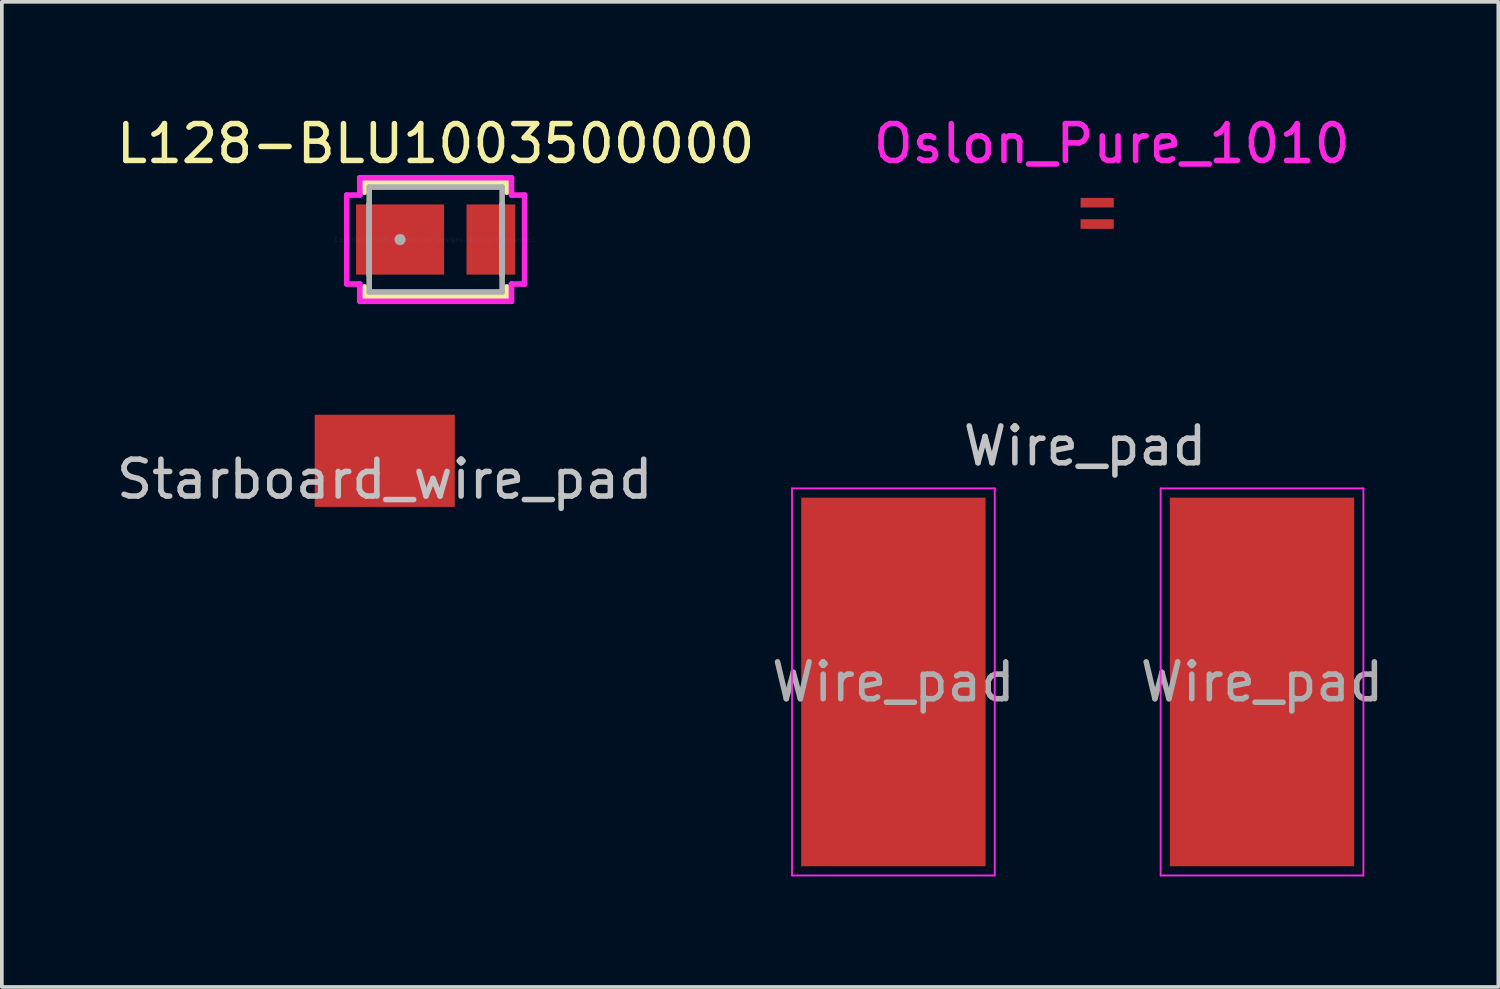
<source format=kicad_pcb>
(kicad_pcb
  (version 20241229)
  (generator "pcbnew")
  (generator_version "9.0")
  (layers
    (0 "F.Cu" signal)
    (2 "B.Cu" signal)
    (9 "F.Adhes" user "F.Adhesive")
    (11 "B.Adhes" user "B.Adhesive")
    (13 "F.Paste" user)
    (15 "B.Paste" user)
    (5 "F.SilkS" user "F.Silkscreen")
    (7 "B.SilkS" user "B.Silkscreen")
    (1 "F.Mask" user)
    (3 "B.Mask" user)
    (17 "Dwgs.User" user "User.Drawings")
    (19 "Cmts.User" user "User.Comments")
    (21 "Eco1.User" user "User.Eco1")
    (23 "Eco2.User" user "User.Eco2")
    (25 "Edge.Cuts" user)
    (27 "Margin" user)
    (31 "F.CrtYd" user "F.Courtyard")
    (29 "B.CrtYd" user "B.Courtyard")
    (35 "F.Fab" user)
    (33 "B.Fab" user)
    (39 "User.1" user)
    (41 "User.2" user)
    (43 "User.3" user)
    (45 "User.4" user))
  (footprint "L128-BLU1003500000"
    (layer "F.Cu")
    (at 8.768 3.448)
    (property "Reference" "L128-BLU1003500000" (at 0 -2.6 0) (layer "F.SilkS") (effects (font (size 1 1) (thickness 0.15))))
    (attr through_hole)
    (fp_line (start -1.93 -1.549) (end -1.93 -1.285) (stroke (width 0.152) (type solid)) (layer "F.SilkS"))
    (fp_line (start -1.93 1.285) (end -1.93 1.549) (stroke (width 0.152) (type solid)) (layer "F.SilkS"))
    (fp_line (start -1.93 1.549) (end 1.93 1.549) (stroke (width 0.152) (type solid)) (layer "F.SilkS"))
    (fp_line (start 1.93 -1.549) (end -1.93 -1.549) (stroke (width 0.152) (type solid)) (layer "F.SilkS"))
    (fp_line (start 1.93 -1.285) (end 1.93 -1.549) (stroke (width 0.152) (type solid)) (layer "F.SilkS"))
    (fp_line (start 1.93 1.549) (end 1.93 1.285) (stroke (width 0.152) (type solid)) (layer "F.SilkS"))
    (fp_line (start -2.413 -1.206) (end -2.057 -1.206) (stroke (width 0.152) (type solid)) (layer "F.CrtYd"))
    (fp_line (start -2.413 1.206) (end -2.413 -1.206) (stroke (width 0.152) (type solid)) (layer "F.CrtYd"))
    (fp_line (start -2.057 -1.676) (end 2.057 -1.676) (stroke (width 0.152) (type solid)) (layer "F.CrtYd"))
    (fp_line (start -2.057 -1.206) (end -2.057 -1.676) (stroke (width 0.152) (type solid)) (layer "F.CrtYd"))
    (fp_line (start -2.057 1.206) (end -2.413 1.206) (stroke (width 0.152) (type solid)) (layer "F.CrtYd"))
    (fp_line (start -2.057 1.676) (end -2.057 1.206) (stroke (width 0.152) (type solid)) (layer "F.CrtYd"))
    (fp_line (start 2.057 -1.676) (end 2.057 -1.206) (stroke (width 0.152) (type solid)) (layer "F.CrtYd"))
    (fp_line (start 2.057 -1.206) (end 2.413 -1.206) (stroke (width 0.152) (type solid)) (layer "F.CrtYd"))
    (fp_line (start 2.057 1.206) (end 2.057 1.676) (stroke (width 0.152) (type solid)) (layer "F.CrtYd"))
    (fp_line (start 2.057 1.676) (end -2.057 1.676) (stroke (width 0.152) (type solid)) (layer "F.CrtYd"))
    (fp_line (start 2.413 -1.206) (end 2.413 1.206) (stroke (width 0.152) (type solid)) (layer "F.CrtYd"))
    (fp_line (start 2.413 1.206) (end 2.057 1.206) (stroke (width 0.152) (type solid)) (layer "F.CrtYd"))
    (fp_line (start -1.803 -1.422) (end -1.803 1.422) (stroke (width 0.152) (type solid)) (layer "F.Fab"))
    (fp_line (start -1.803 -0.953) (end -1.803 -0.953) (stroke (width 0.152) (type solid)) (layer "F.Fab"))
    (fp_line (start -1.803 -0.953) (end -1.803 0.953) (stroke (width 0.152) (type solid)) (layer "F.Fab"))
    (fp_line (start -1.803 0.953) (end -1.803 -0.953) (stroke (width 0.152) (type solid)) (layer "F.Fab"))
    (fp_line (start -1.803 0.953) (end -1.803 0.953) (stroke (width 0.152) (type solid)) (layer "F.Fab"))
    (fp_line (start -1.803 1.422) (end 1.803 1.422) (stroke (width 0.152) (type solid)) (layer "F.Fab"))
    (fp_line (start 1.803 -1.422) (end -1.803 -1.422) (stroke (width 0.152) (type solid)) (layer "F.Fab"))
    (fp_line (start 1.803 -0.953) (end 1.803 -0.953) (stroke (width 0.152) (type solid)) (layer "F.Fab"))
    (fp_line (start 1.803 -0.953) (end 1.803 0.953) (stroke (width 0.152) (type solid)) (layer "F.Fab"))
    (fp_line (start 1.803 0.953) (end 1.803 -0.953) (stroke (width 0.152) (type solid)) (layer "F.Fab"))
    (fp_line (start 1.803 0.953) (end 1.803 0.953) (stroke (width 0.152) (type solid)) (layer "F.Fab"))
    (fp_line (start 1.803 1.422) (end 1.803 -1.422) (stroke (width 0.152) (type solid)) (layer "F.Fab"))
    (fp_circle (center -0.965 0) (end -0.965 0) (stroke (width 0.152) (type solid)) (fill no) (layer "F.Fab"))
    (fp_text user "Copyright 2016 Accelerated Designs. All rights reserved." (at 0 0 0) (layer "Cmts.User") (effects (font (size 0.127 0.127) (thickness 0.002))))
    (pad "1" smd rect (at -0.965 0) (size 2.388 1.905) (layers "F.Cu" "F.Mask" "F.Paste"))
    (pad "2" smd rect (at 1.499 0) (size 1.321 1.905) (layers "F.Cu" "F.Mask" "F.Paste")))
  (footprint "Starboard_wire_pad"
    (layer "F.Cu")
    (at 7.387 9.451)
    (property "Reference" "Starboard_wire_pad" (at 0 0.5 0) (layer "Dwgs.User") (effects (font (size 1 1) (thickness 0.15))))
    (attr through_hole)
    (pad "1" smd rect (at 0 0) (size 3.8 2.5) (layers "F.Cu" "F.Mask" "F.Paste")))
  (footprint "Oslon_Pure_1010"
    (layer "F.Cu")
    (at 26.713 2.448)
    (property "Reference" "Oslon_Pure_1010" (at 0.4 -1.6 0) (layer "F.CrtYd") (effects (font (size 1 1) (thickness 0.15))))
    (attr through_hole)
    (pad "1" smd rect (at 0 0) (size 0.9 0.26) (layers "F.Cu" "F.Mask" "F.Paste"))
    (pad "2" smd rect (at 0 0.58) (size 0.9 0.26) (layers "F.Cu" "F.Mask" "F.Paste")))
  (footprint "Wire_pad"
    (layer "F.Cu")
    (at 21.185 15.449)
    (property "Reference" "Wire_pad" (at 5.2 -6.4 0) (layer "Dwgs.User") (effects (font (size 1 1) (thickness 0.15))))
    (attr smd exclude_from_pos_files exclude_from_bom)
    (fp_line (start -2.75 -5.25) (end -2.75 5.25) (stroke (width 0.05) (type solid)) (layer "F.CrtYd"))
    (fp_line (start -2.75 5.25) (end 2.75 5.25) (stroke (width 0.05) (type solid)) (layer "F.CrtYd"))
    (fp_line (start 2.75 -5.25) (end -2.75 -5.25) (stroke (width 0.05) (type solid)) (layer "F.CrtYd"))
    (fp_line (start 2.75 5.25) (end 2.75 -5.25) (stroke (width 0.05) (type solid)) (layer "F.CrtYd"))
    (fp_line (start 7.25 -5.25) (end 7.25 5.25) (stroke (width 0.05) (type solid)) (layer "F.CrtYd"))
    (fp_line (start 7.25 5.25) (end 12.75 5.25) (stroke (width 0.05) (type solid)) (layer "F.CrtYd"))
    (fp_line (start 12.75 -5.25) (end 7.25 -5.25) (stroke (width 0.05) (type solid)) (layer "F.CrtYd"))
    (fp_line (start 12.75 5.25) (end 12.75 -5.25) (stroke (width 0.05) (type solid)) (layer "F.CrtYd"))
    (fp_text user "${REFERENCE}" (at 10 0 0) (layer "F.Fab") (effects (font (size 1 1) (thickness 0.15))))
    (fp_text user "${REFERENCE}" (at 0 0 0) (layer "F.Fab") (effects (font (size 1 1) (thickness 0.15))))
    (pad "1" smd rect (at 0 0) (size 5 10) (layers "F.Cu" "F.Mask" "F.Paste"))
    (pad "2" smd rect (at 10 0) (size 5 10) (layers "F.Cu" "F.Mask" "F.Paste")))
  (gr_rect
    (start -3 -3)
    (end 37.595 23.724)
    (stroke (width 0.1) (type default))
    (fill no)
    (layer "Edge.Cuts")))
</source>
